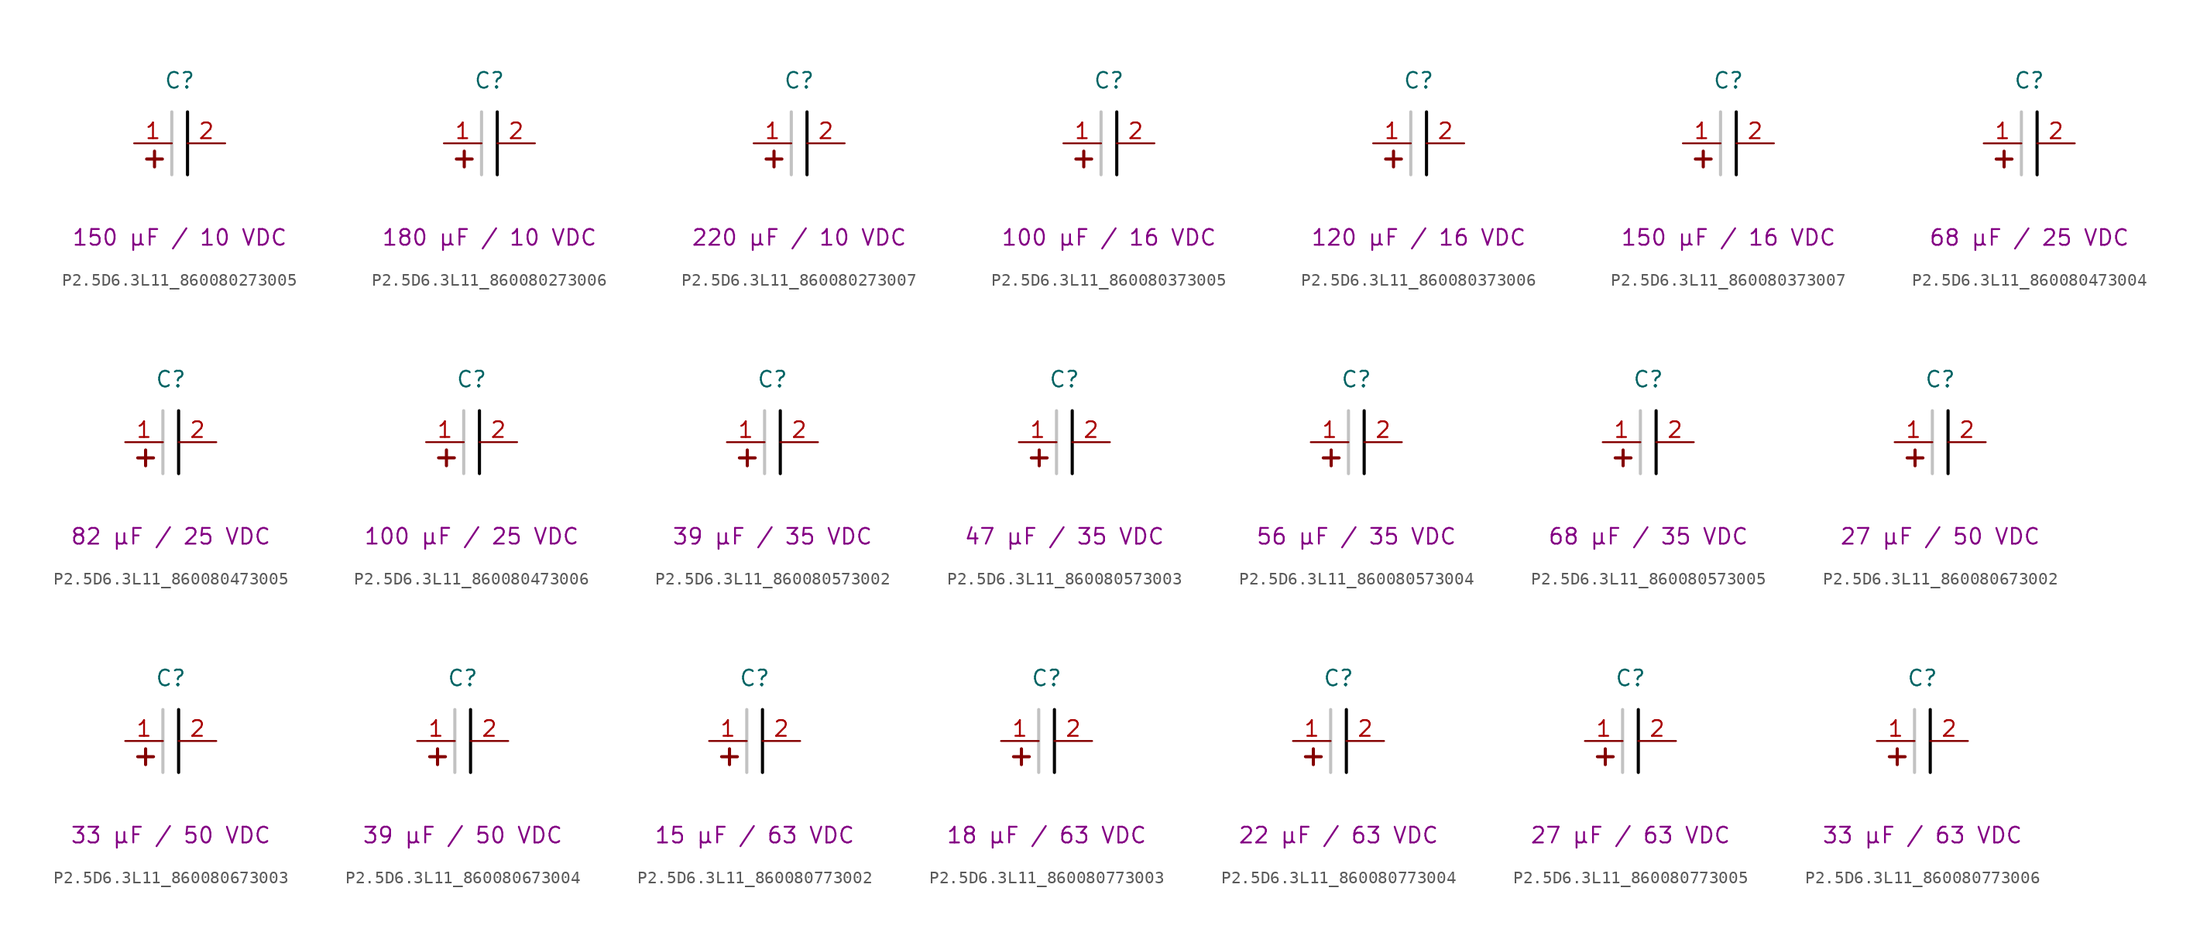
<source format=kicad_sym>
(kicad_symbol_lib
  (version 20220914)
  (generator kicad_symbol_editor)
  (symbol "P2.5D6.3L11_860080273005"
    (pin_names hide)
    (property "Reference" "C"
      (at 0 5.08 0)
      (effects (font (size 1.27 1.27))))
    (property "Critical Parameter" "150 µF / 10 VDC"
      (at 0 -7.62 0)
      (effects (font (size 1.27 1.27))))
    (symbol "P2.5D6.3L11_860080273005_1_1"
      (polyline (pts (xy -2.667 -1.27) (xy -1.397 -1.27)) (stroke (width 0.254) (type default)) (fill (type none)))
      (polyline (pts (xy -2.032 -0.635) (xy -2.032 -1.905)) (stroke (width 0.254) (type default)) (fill (type none)))
      (polyline (pts (xy -0.635 2.54) (xy -0.635 -2.54)) (stroke (width 0.254) (type default) (color 194 194 194 1)) (fill (type none)))
      (polyline (pts (xy 0.635 2.54) (xy 0.635 -2.54)) (stroke (width 0.254) (type default) (color 0 0 0 1)) (fill (type none)))
      (pin passive line (at -3.679 0 0) (length 3.044) (name "1" (effects (font (size 1.27 1.27)))) (number "1" (effects (font (size 1.27 1.27)))))
      (pin passive line (at 3.679 0 180) (length 3.044) (name "2" (effects (font (size 1.27 1.27)))) (number "2" (effects (font (size 1.27 1.27)))))))
  (symbol "P2.5D6.3L11_860080273006"
    (pin_names hide)
    (property "Reference" "C"
      (at 0 5.08 0)
      (effects (font (size 1.27 1.27))))
    (property "Critical Parameter" "180 µF / 10 VDC"
      (at 0 -7.62 0)
      (effects (font (size 1.27 1.27))))
    (symbol "P2.5D6.3L11_860080273006_1_1"
      (polyline (pts (xy -2.667 -1.27) (xy -1.397 -1.27)) (stroke (width 0.254) (type default)) (fill (type none)))
      (polyline (pts (xy -2.032 -0.635) (xy -2.032 -1.905)) (stroke (width 0.254) (type default)) (fill (type none)))
      (polyline (pts (xy -0.635 2.54) (xy -0.635 -2.54)) (stroke (width 0.254) (type default) (color 194 194 194 1)) (fill (type none)))
      (polyline (pts (xy 0.635 2.54) (xy 0.635 -2.54)) (stroke (width 0.254) (type default) (color 0 0 0 1)) (fill (type none)))
      (pin passive line (at -3.679 0 0) (length 3.044) (name "1" (effects (font (size 1.27 1.27)))) (number "1" (effects (font (size 1.27 1.27)))))
      (pin passive line (at 3.679 0 180) (length 3.044) (name "2" (effects (font (size 1.27 1.27)))) (number "2" (effects (font (size 1.27 1.27)))))))
  (symbol "P2.5D6.3L11_860080273007"
    (pin_names hide)
    (property "Reference" "C"
      (at 0 5.08 0)
      (effects (font (size 1.27 1.27))))
    (property "Critical Parameter" "220 µF / 10 VDC"
      (at 0 -7.62 0)
      (effects (font (size 1.27 1.27))))
    (symbol "P2.5D6.3L11_860080273007_1_1"
      (polyline (pts (xy -2.667 -1.27) (xy -1.397 -1.27)) (stroke (width 0.254) (type default)) (fill (type none)))
      (polyline (pts (xy -2.032 -0.635) (xy -2.032 -1.905)) (stroke (width 0.254) (type default)) (fill (type none)))
      (polyline (pts (xy -0.635 2.54) (xy -0.635 -2.54)) (stroke (width 0.254) (type default) (color 194 194 194 1)) (fill (type none)))
      (polyline (pts (xy 0.635 2.54) (xy 0.635 -2.54)) (stroke (width 0.254) (type default) (color 0 0 0 1)) (fill (type none)))
      (pin passive line (at -3.679 0 0) (length 3.044) (name "1" (effects (font (size 1.27 1.27)))) (number "1" (effects (font (size 1.27 1.27)))))
      (pin passive line (at 3.679 0 180) (length 3.044) (name "2" (effects (font (size 1.27 1.27)))) (number "2" (effects (font (size 1.27 1.27)))))))
  (symbol "P2.5D6.3L11_860080373005"
    (pin_names hide)
    (property "Reference" "C"
      (at 0 5.08 0)
      (effects (font (size 1.27 1.27))))
    (property "Critical Parameter" "100 µF / 16 VDC"
      (at 0 -7.62 0)
      (effects (font (size 1.27 1.27))))
    (symbol "P2.5D6.3L11_860080373005_1_1"
      (polyline (pts (xy -2.667 -1.27) (xy -1.397 -1.27)) (stroke (width 0.254) (type default)) (fill (type none)))
      (polyline (pts (xy -2.032 -0.635) (xy -2.032 -1.905)) (stroke (width 0.254) (type default)) (fill (type none)))
      (polyline (pts (xy -0.635 2.54) (xy -0.635 -2.54)) (stroke (width 0.254) (type default) (color 194 194 194 1)) (fill (type none)))
      (polyline (pts (xy 0.635 2.54) (xy 0.635 -2.54)) (stroke (width 0.254) (type default) (color 0 0 0 1)) (fill (type none)))
      (pin passive line (at -3.679 0 0) (length 3.044) (name "1" (effects (font (size 1.27 1.27)))) (number "1" (effects (font (size 1.27 1.27)))))
      (pin passive line (at 3.679 0 180) (length 3.044) (name "2" (effects (font (size 1.27 1.27)))) (number "2" (effects (font (size 1.27 1.27)))))))
  (symbol "P2.5D6.3L11_860080373006"
    (pin_names hide)
    (property "Reference" "C"
      (at 0 5.08 0)
      (effects (font (size 1.27 1.27))))
    (property "Critical Parameter" "120 µF / 16 VDC"
      (at 0 -7.62 0)
      (effects (font (size 1.27 1.27))))
    (symbol "P2.5D6.3L11_860080373006_1_1"
      (polyline (pts (xy -2.667 -1.27) (xy -1.397 -1.27)) (stroke (width 0.254) (type default)) (fill (type none)))
      (polyline (pts (xy -2.032 -0.635) (xy -2.032 -1.905)) (stroke (width 0.254) (type default)) (fill (type none)))
      (polyline (pts (xy -0.635 2.54) (xy -0.635 -2.54)) (stroke (width 0.254) (type default) (color 194 194 194 1)) (fill (type none)))
      (polyline (pts (xy 0.635 2.54) (xy 0.635 -2.54)) (stroke (width 0.254) (type default) (color 0 0 0 1)) (fill (type none)))
      (pin passive line (at -3.679 0 0) (length 3.044) (name "1" (effects (font (size 1.27 1.27)))) (number "1" (effects (font (size 1.27 1.27)))))
      (pin passive line (at 3.679 0 180) (length 3.044) (name "2" (effects (font (size 1.27 1.27)))) (number "2" (effects (font (size 1.27 1.27)))))))
  (symbol "P2.5D6.3L11_860080373007"
    (pin_names hide)
    (property "Reference" "C"
      (at 0 5.08 0)
      (effects (font (size 1.27 1.27))))
    (property "Critical Parameter" "150 µF / 16 VDC"
      (at 0 -7.62 0)
      (effects (font (size 1.27 1.27))))
    (symbol "P2.5D6.3L11_860080373007_1_1"
      (polyline (pts (xy -2.667 -1.27) (xy -1.397 -1.27)) (stroke (width 0.254) (type default)) (fill (type none)))
      (polyline (pts (xy -2.032 -0.635) (xy -2.032 -1.905)) (stroke (width 0.254) (type default)) (fill (type none)))
      (polyline (pts (xy -0.635 2.54) (xy -0.635 -2.54)) (stroke (width 0.254) (type default) (color 194 194 194 1)) (fill (type none)))
      (polyline (pts (xy 0.635 2.54) (xy 0.635 -2.54)) (stroke (width 0.254) (type default) (color 0 0 0 1)) (fill (type none)))
      (pin passive line (at -3.679 0 0) (length 3.044) (name "1" (effects (font (size 1.27 1.27)))) (number "1" (effects (font (size 1.27 1.27)))))
      (pin passive line (at 3.679 0 180) (length 3.044) (name "2" (effects (font (size 1.27 1.27)))) (number "2" (effects (font (size 1.27 1.27)))))))
  (symbol "P2.5D6.3L11_860080473004"
    (pin_names hide)
    (property "Reference" "C"
      (at 0 5.08 0)
      (effects (font (size 1.27 1.27))))
    (property "Critical Parameter" "68 µF / 25 VDC"
      (at 0 -7.62 0)
      (effects (font (size 1.27 1.27))))
    (symbol "P2.5D6.3L11_860080473004_1_1"
      (polyline (pts (xy -2.667 -1.27) (xy -1.397 -1.27)) (stroke (width 0.254) (type default)) (fill (type none)))
      (polyline (pts (xy -2.032 -0.635) (xy -2.032 -1.905)) (stroke (width 0.254) (type default)) (fill (type none)))
      (polyline (pts (xy -0.635 2.54) (xy -0.635 -2.54)) (stroke (width 0.254) (type default) (color 194 194 194 1)) (fill (type none)))
      (polyline (pts (xy 0.635 2.54) (xy 0.635 -2.54)) (stroke (width 0.254) (type default) (color 0 0 0 1)) (fill (type none)))
      (pin passive line (at -3.679 0 0) (length 3.044) (name "1" (effects (font (size 1.27 1.27)))) (number "1" (effects (font (size 1.27 1.27)))))
      (pin passive line (at 3.679 0 180) (length 3.044) (name "2" (effects (font (size 1.27 1.27)))) (number "2" (effects (font (size 1.27 1.27)))))))
  (symbol "P2.5D6.3L11_860080473005"
    (pin_names hide)
    (property "Reference" "C"
      (at 0 5.08 0)
      (effects (font (size 1.27 1.27))))
    (property "Critical Parameter" "82 µF / 25 VDC"
      (at 0 -7.62 0)
      (effects (font (size 1.27 1.27))))
    (symbol "P2.5D6.3L11_860080473005_1_1"
      (polyline (pts (xy -2.667 -1.27) (xy -1.397 -1.27)) (stroke (width 0.254) (type default)) (fill (type none)))
      (polyline (pts (xy -2.032 -0.635) (xy -2.032 -1.905)) (stroke (width 0.254) (type default)) (fill (type none)))
      (polyline (pts (xy -0.635 2.54) (xy -0.635 -2.54)) (stroke (width 0.254) (type default) (color 194 194 194 1)) (fill (type none)))
      (polyline (pts (xy 0.635 2.54) (xy 0.635 -2.54)) (stroke (width 0.254) (type default) (color 0 0 0 1)) (fill (type none)))
      (pin passive line (at -3.679 0 0) (length 3.044) (name "1" (effects (font (size 1.27 1.27)))) (number "1" (effects (font (size 1.27 1.27)))))
      (pin passive line (at 3.679 0 180) (length 3.044) (name "2" (effects (font (size 1.27 1.27)))) (number "2" (effects (font (size 1.27 1.27)))))))
  (symbol "P2.5D6.3L11_860080473006"
    (pin_names hide)
    (property "Reference" "C"
      (at 0 5.08 0)
      (effects (font (size 1.27 1.27))))
    (property "Critical Parameter" "100 µF / 25 VDC"
      (at 0 -7.62 0)
      (effects (font (size 1.27 1.27))))
    (symbol "P2.5D6.3L11_860080473006_1_1"
      (polyline (pts (xy -2.667 -1.27) (xy -1.397 -1.27)) (stroke (width 0.254) (type default)) (fill (type none)))
      (polyline (pts (xy -2.032 -0.635) (xy -2.032 -1.905)) (stroke (width 0.254) (type default)) (fill (type none)))
      (polyline (pts (xy -0.635 2.54) (xy -0.635 -2.54)) (stroke (width 0.254) (type default) (color 194 194 194 1)) (fill (type none)))
      (polyline (pts (xy 0.635 2.54) (xy 0.635 -2.54)) (stroke (width 0.254) (type default) (color 0 0 0 1)) (fill (type none)))
      (pin passive line (at -3.679 0 0) (length 3.044) (name "1" (effects (font (size 1.27 1.27)))) (number "1" (effects (font (size 1.27 1.27)))))
      (pin passive line (at 3.679 0 180) (length 3.044) (name "2" (effects (font (size 1.27 1.27)))) (number "2" (effects (font (size 1.27 1.27)))))))
  (symbol "P2.5D6.3L11_860080573002"
    (pin_names hide)
    (property "Reference" "C"
      (at 0 5.08 0)
      (effects (font (size 1.27 1.27))))
    (property "Critical Parameter" "39 µF / 35 VDC"
      (at 0 -7.62 0)
      (effects (font (size 1.27 1.27))))
    (symbol "P2.5D6.3L11_860080573002_1_1"
      (polyline (pts (xy -2.667 -1.27) (xy -1.397 -1.27)) (stroke (width 0.254) (type default)) (fill (type none)))
      (polyline (pts (xy -2.032 -0.635) (xy -2.032 -1.905)) (stroke (width 0.254) (type default)) (fill (type none)))
      (polyline (pts (xy -0.635 2.54) (xy -0.635 -2.54)) (stroke (width 0.254) (type default) (color 194 194 194 1)) (fill (type none)))
      (polyline (pts (xy 0.635 2.54) (xy 0.635 -2.54)) (stroke (width 0.254) (type default) (color 0 0 0 1)) (fill (type none)))
      (pin passive line (at -3.679 0 0) (length 3.044) (name "1" (effects (font (size 1.27 1.27)))) (number "1" (effects (font (size 1.27 1.27)))))
      (pin passive line (at 3.679 0 180) (length 3.044) (name "2" (effects (font (size 1.27 1.27)))) (number "2" (effects (font (size 1.27 1.27)))))))
  (symbol "P2.5D6.3L11_860080573003"
    (pin_names hide)
    (property "Reference" "C"
      (at 0 5.08 0)
      (effects (font (size 1.27 1.27))))
    (property "Critical Parameter" "47 µF / 35 VDC"
      (at 0 -7.62 0)
      (effects (font (size 1.27 1.27))))
    (symbol "P2.5D6.3L11_860080573003_1_1"
      (polyline (pts (xy -2.667 -1.27) (xy -1.397 -1.27)) (stroke (width 0.254) (type default)) (fill (type none)))
      (polyline (pts (xy -2.032 -0.635) (xy -2.032 -1.905)) (stroke (width 0.254) (type default)) (fill (type none)))
      (polyline (pts (xy -0.635 2.54) (xy -0.635 -2.54)) (stroke (width 0.254) (type default) (color 194 194 194 1)) (fill (type none)))
      (polyline (pts (xy 0.635 2.54) (xy 0.635 -2.54)) (stroke (width 0.254) (type default) (color 0 0 0 1)) (fill (type none)))
      (pin passive line (at -3.679 0 0) (length 3.044) (name "1" (effects (font (size 1.27 1.27)))) (number "1" (effects (font (size 1.27 1.27)))))
      (pin passive line (at 3.679 0 180) (length 3.044) (name "2" (effects (font (size 1.27 1.27)))) (number "2" (effects (font (size 1.27 1.27)))))))
  (symbol "P2.5D6.3L11_860080573004"
    (pin_names hide)
    (property "Reference" "C"
      (at 0 5.08 0)
      (effects (font (size 1.27 1.27))))
    (property "Critical Parameter" "56 µF / 35 VDC"
      (at 0 -7.62 0)
      (effects (font (size 1.27 1.27))))
    (symbol "P2.5D6.3L11_860080573004_1_1"
      (polyline (pts (xy -2.667 -1.27) (xy -1.397 -1.27)) (stroke (width 0.254) (type default)) (fill (type none)))
      (polyline (pts (xy -2.032 -0.635) (xy -2.032 -1.905)) (stroke (width 0.254) (type default)) (fill (type none)))
      (polyline (pts (xy -0.635 2.54) (xy -0.635 -2.54)) (stroke (width 0.254) (type default) (color 194 194 194 1)) (fill (type none)))
      (polyline (pts (xy 0.635 2.54) (xy 0.635 -2.54)) (stroke (width 0.254) (type default) (color 0 0 0 1)) (fill (type none)))
      (pin passive line (at -3.679 0 0) (length 3.044) (name "1" (effects (font (size 1.27 1.27)))) (number "1" (effects (font (size 1.27 1.27)))))
      (pin passive line (at 3.679 0 180) (length 3.044) (name "2" (effects (font (size 1.27 1.27)))) (number "2" (effects (font (size 1.27 1.27)))))))
  (symbol "P2.5D6.3L11_860080573005"
    (pin_names hide)
    (property "Reference" "C"
      (at 0 5.08 0)
      (effects (font (size 1.27 1.27))))
    (property "Critical Parameter" "68 µF / 35 VDC"
      (at 0 -7.62 0)
      (effects (font (size 1.27 1.27))))
    (symbol "P2.5D6.3L11_860080573005_1_1"
      (polyline (pts (xy -2.667 -1.27) (xy -1.397 -1.27)) (stroke (width 0.254) (type default)) (fill (type none)))
      (polyline (pts (xy -2.032 -0.635) (xy -2.032 -1.905)) (stroke (width 0.254) (type default)) (fill (type none)))
      (polyline (pts (xy -0.635 2.54) (xy -0.635 -2.54)) (stroke (width 0.254) (type default) (color 194 194 194 1)) (fill (type none)))
      (polyline (pts (xy 0.635 2.54) (xy 0.635 -2.54)) (stroke (width 0.254) (type default) (color 0 0 0 1)) (fill (type none)))
      (pin passive line (at -3.679 0 0) (length 3.044) (name "1" (effects (font (size 1.27 1.27)))) (number "1" (effects (font (size 1.27 1.27)))))
      (pin passive line (at 3.679 0 180) (length 3.044) (name "2" (effects (font (size 1.27 1.27)))) (number "2" (effects (font (size 1.27 1.27)))))))
  (symbol "P2.5D6.3L11_860080673002"
    (pin_names hide)
    (property "Reference" "C"
      (at 0 5.08 0)
      (effects (font (size 1.27 1.27))))
    (property "Critical Parameter" "27 µF / 50 VDC"
      (at 0 -7.62 0)
      (effects (font (size 1.27 1.27))))
    (symbol "P2.5D6.3L11_860080673002_1_1"
      (polyline (pts (xy -2.667 -1.27) (xy -1.397 -1.27)) (stroke (width 0.254) (type default)) (fill (type none)))
      (polyline (pts (xy -2.032 -0.635) (xy -2.032 -1.905)) (stroke (width 0.254) (type default)) (fill (type none)))
      (polyline (pts (xy -0.635 2.54) (xy -0.635 -2.54)) (stroke (width 0.254) (type default) (color 194 194 194 1)) (fill (type none)))
      (polyline (pts (xy 0.635 2.54) (xy 0.635 -2.54)) (stroke (width 0.254) (type default) (color 0 0 0 1)) (fill (type none)))
      (pin passive line (at -3.679 0 0) (length 3.044) (name "1" (effects (font (size 1.27 1.27)))) (number "1" (effects (font (size 1.27 1.27)))))
      (pin passive line (at 3.679 0 180) (length 3.044) (name "2" (effects (font (size 1.27 1.27)))) (number "2" (effects (font (size 1.27 1.27)))))))
  (symbol "P2.5D6.3L11_860080673003"
    (pin_names hide)
    (property "Reference" "C"
      (at 0 5.08 0)
      (effects (font (size 1.27 1.27))))
    (property "Critical Parameter" "33 µF / 50 VDC"
      (at 0 -7.62 0)
      (effects (font (size 1.27 1.27))))
    (symbol "P2.5D6.3L11_860080673003_1_1"
      (polyline (pts (xy -2.667 -1.27) (xy -1.397 -1.27)) (stroke (width 0.254) (type default)) (fill (type none)))
      (polyline (pts (xy -2.032 -0.635) (xy -2.032 -1.905)) (stroke (width 0.254) (type default)) (fill (type none)))
      (polyline (pts (xy -0.635 2.54) (xy -0.635 -2.54)) (stroke (width 0.254) (type default) (color 194 194 194 1)) (fill (type none)))
      (polyline (pts (xy 0.635 2.54) (xy 0.635 -2.54)) (stroke (width 0.254) (type default) (color 0 0 0 1)) (fill (type none)))
      (pin passive line (at -3.679 0 0) (length 3.044) (name "1" (effects (font (size 1.27 1.27)))) (number "1" (effects (font (size 1.27 1.27)))))
      (pin passive line (at 3.679 0 180) (length 3.044) (name "2" (effects (font (size 1.27 1.27)))) (number "2" (effects (font (size 1.27 1.27)))))))
  (symbol "P2.5D6.3L11_860080673004"
    (pin_names hide)
    (property "Reference" "C"
      (at 0 5.08 0)
      (effects (font (size 1.27 1.27))))
    (property "Critical Parameter" "39 µF / 50 VDC"
      (at 0 -7.62 0)
      (effects (font (size 1.27 1.27))))
    (symbol "P2.5D6.3L11_860080673004_1_1"
      (polyline (pts (xy -2.667 -1.27) (xy -1.397 -1.27)) (stroke (width 0.254) (type default)) (fill (type none)))
      (polyline (pts (xy -2.032 -0.635) (xy -2.032 -1.905)) (stroke (width 0.254) (type default)) (fill (type none)))
      (polyline (pts (xy -0.635 2.54) (xy -0.635 -2.54)) (stroke (width 0.254) (type default) (color 194 194 194 1)) (fill (type none)))
      (polyline (pts (xy 0.635 2.54) (xy 0.635 -2.54)) (stroke (width 0.254) (type default) (color 0 0 0 1)) (fill (type none)))
      (pin passive line (at -3.679 0 0) (length 3.044) (name "1" (effects (font (size 1.27 1.27)))) (number "1" (effects (font (size 1.27 1.27)))))
      (pin passive line (at 3.679 0 180) (length 3.044) (name "2" (effects (font (size 1.27 1.27)))) (number "2" (effects (font (size 1.27 1.27)))))))
  (symbol "P2.5D6.3L11_860080773002"
    (pin_names hide)
    (property "Reference" "C"
      (at 0 5.08 0)
      (effects (font (size 1.27 1.27))))
    (property "Critical Parameter" "15 µF / 63 VDC"
      (at 0 -7.62 0)
      (effects (font (size 1.27 1.27))))
    (symbol "P2.5D6.3L11_860080773002_1_1"
      (polyline (pts (xy -2.667 -1.27) (xy -1.397 -1.27)) (stroke (width 0.254) (type default)) (fill (type none)))
      (polyline (pts (xy -2.032 -0.635) (xy -2.032 -1.905)) (stroke (width 0.254) (type default)) (fill (type none)))
      (polyline (pts (xy -0.635 2.54) (xy -0.635 -2.54)) (stroke (width 0.254) (type default) (color 194 194 194 1)) (fill (type none)))
      (polyline (pts (xy 0.635 2.54) (xy 0.635 -2.54)) (stroke (width 0.254) (type default) (color 0 0 0 1)) (fill (type none)))
      (pin passive line (at -3.679 0 0) (length 3.044) (name "1" (effects (font (size 1.27 1.27)))) (number "1" (effects (font (size 1.27 1.27)))))
      (pin passive line (at 3.679 0 180) (length 3.044) (name "2" (effects (font (size 1.27 1.27)))) (number "2" (effects (font (size 1.27 1.27)))))))
  (symbol "P2.5D6.3L11_860080773003"
    (pin_names hide)
    (property "Reference" "C"
      (at 0 5.08 0)
      (effects (font (size 1.27 1.27))))
    (property "Critical Parameter" "18 µF / 63 VDC"
      (at 0 -7.62 0)
      (effects (font (size 1.27 1.27))))
    (symbol "P2.5D6.3L11_860080773003_1_1"
      (polyline (pts (xy -2.667 -1.27) (xy -1.397 -1.27)) (stroke (width 0.254) (type default)) (fill (type none)))
      (polyline (pts (xy -2.032 -0.635) (xy -2.032 -1.905)) (stroke (width 0.254) (type default)) (fill (type none)))
      (polyline (pts (xy -0.635 2.54) (xy -0.635 -2.54)) (stroke (width 0.254) (type default) (color 194 194 194 1)) (fill (type none)))
      (polyline (pts (xy 0.635 2.54) (xy 0.635 -2.54)) (stroke (width 0.254) (type default) (color 0 0 0 1)) (fill (type none)))
      (pin passive line (at -3.679 0 0) (length 3.044) (name "1" (effects (font (size 1.27 1.27)))) (number "1" (effects (font (size 1.27 1.27)))))
      (pin passive line (at 3.679 0 180) (length 3.044) (name "2" (effects (font (size 1.27 1.27)))) (number "2" (effects (font (size 1.27 1.27)))))))
  (symbol "P2.5D6.3L11_860080773004"
    (pin_names hide)
    (property "Reference" "C"
      (at 0 5.08 0)
      (effects (font (size 1.27 1.27))))
    (property "Critical Parameter" "22 µF / 63 VDC"
      (at 0 -7.62 0)
      (effects (font (size 1.27 1.27))))
    (symbol "P2.5D6.3L11_860080773004_1_1"
      (polyline (pts (xy -2.667 -1.27) (xy -1.397 -1.27)) (stroke (width 0.254) (type default)) (fill (type none)))
      (polyline (pts (xy -2.032 -0.635) (xy -2.032 -1.905)) (stroke (width 0.254) (type default)) (fill (type none)))
      (polyline (pts (xy -0.635 2.54) (xy -0.635 -2.54)) (stroke (width 0.254) (type default) (color 194 194 194 1)) (fill (type none)))
      (polyline (pts (xy 0.635 2.54) (xy 0.635 -2.54)) (stroke (width 0.254) (type default) (color 0 0 0 1)) (fill (type none)))
      (pin passive line (at -3.679 0 0) (length 3.044) (name "1" (effects (font (size 1.27 1.27)))) (number "1" (effects (font (size 1.27 1.27)))))
      (pin passive line (at 3.679 0 180) (length 3.044) (name "2" (effects (font (size 1.27 1.27)))) (number "2" (effects (font (size 1.27 1.27)))))))
  (symbol "P2.5D6.3L11_860080773005"
    (pin_names hide)
    (property "Reference" "C"
      (at 0 5.08 0)
      (effects (font (size 1.27 1.27))))
    (property "Critical Parameter" "27 µF / 63 VDC"
      (at 0 -7.62 0)
      (effects (font (size 1.27 1.27))))
    (symbol "P2.5D6.3L11_860080773005_1_1"
      (polyline (pts (xy -2.667 -1.27) (xy -1.397 -1.27)) (stroke (width 0.254) (type default)) (fill (type none)))
      (polyline (pts (xy -2.032 -0.635) (xy -2.032 -1.905)) (stroke (width 0.254) (type default)) (fill (type none)))
      (polyline (pts (xy -0.635 2.54) (xy -0.635 -2.54)) (stroke (width 0.254) (type default) (color 194 194 194 1)) (fill (type none)))
      (polyline (pts (xy 0.635 2.54) (xy 0.635 -2.54)) (stroke (width 0.254) (type default) (color 0 0 0 1)) (fill (type none)))
      (pin passive line (at -3.679 0 0) (length 3.044) (name "1" (effects (font (size 1.27 1.27)))) (number "1" (effects (font (size 1.27 1.27)))))
      (pin passive line (at 3.679 0 180) (length 3.044) (name "2" (effects (font (size 1.27 1.27)))) (number "2" (effects (font (size 1.27 1.27)))))))
  (symbol "P2.5D6.3L11_860080773006"
    (pin_names hide)
    (property "Reference" "C"
      (at 0 5.08 0)
      (effects (font (size 1.27 1.27))))
    (property "Critical Parameter" "33 µF / 63 VDC"
      (at 0 -7.62 0)
      (effects (font (size 1.27 1.27))))
    (symbol "P2.5D6.3L11_860080773006_1_1"
      (polyline (pts (xy -2.667 -1.27) (xy -1.397 -1.27)) (stroke (width 0.254) (type default)) (fill (type none)))
      (polyline (pts (xy -2.032 -0.635) (xy -2.032 -1.905)) (stroke (width 0.254) (type default)) (fill (type none)))
      (polyline (pts (xy -0.635 2.54) (xy -0.635 -2.54)) (stroke (width 0.254) (type default) (color 194 194 194 1)) (fill (type none)))
      (polyline (pts (xy 0.635 2.54) (xy 0.635 -2.54)) (stroke (width 0.254) (type default) (color 0 0 0 1)) (fill (type none)))
      (pin passive line (at -3.679 0 0) (length 3.044) (name "1" (effects (font (size 1.27 1.27)))) (number "1" (effects (font (size 1.27 1.27)))))
      (pin passive line (at 3.679 0 180) (length 3.044) (name "2" (effects (font (size 1.27 1.27)))) (number "2" (effects (font (size 1.27 1.27))))))))
</source>
